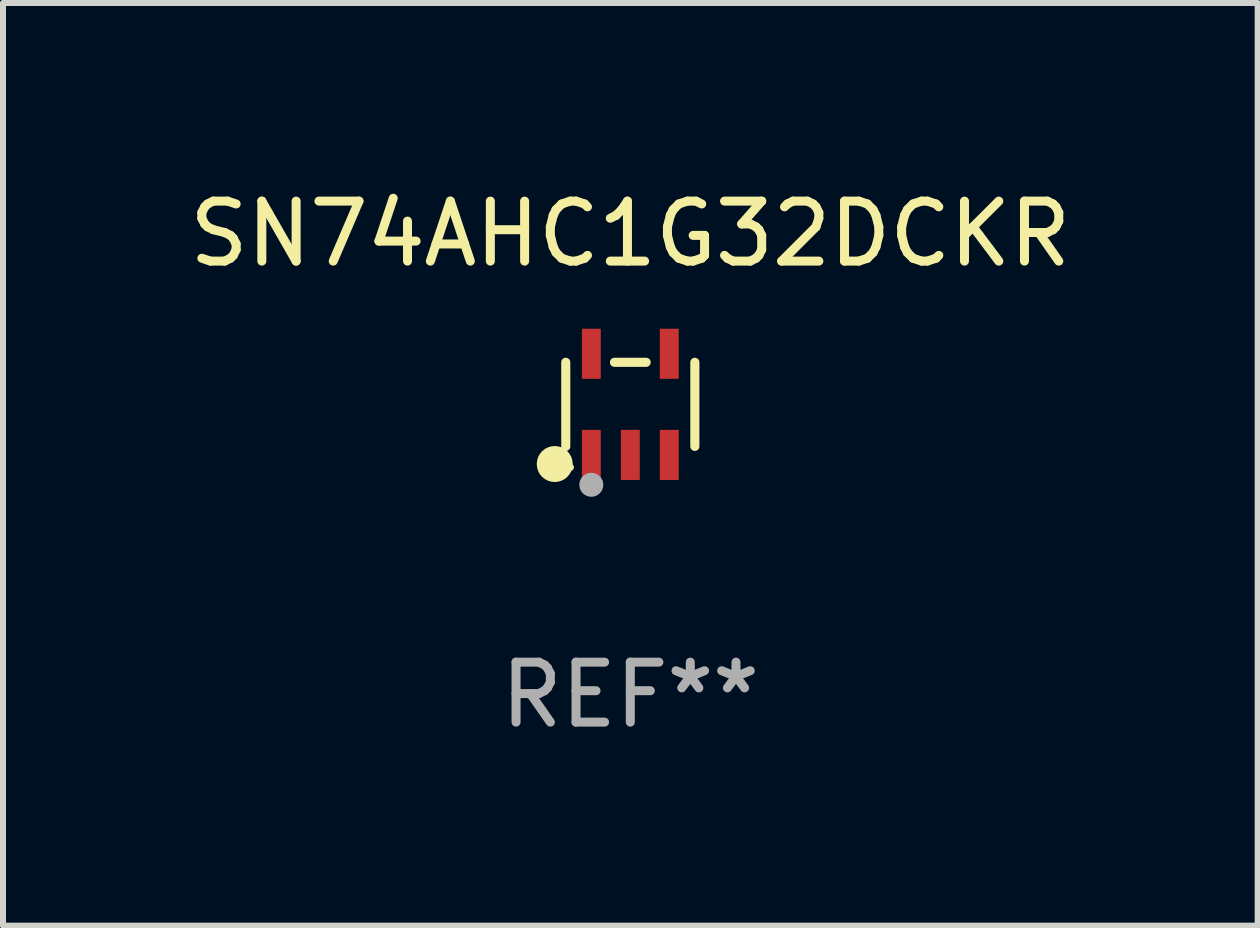
<source format=kicad_pcb>
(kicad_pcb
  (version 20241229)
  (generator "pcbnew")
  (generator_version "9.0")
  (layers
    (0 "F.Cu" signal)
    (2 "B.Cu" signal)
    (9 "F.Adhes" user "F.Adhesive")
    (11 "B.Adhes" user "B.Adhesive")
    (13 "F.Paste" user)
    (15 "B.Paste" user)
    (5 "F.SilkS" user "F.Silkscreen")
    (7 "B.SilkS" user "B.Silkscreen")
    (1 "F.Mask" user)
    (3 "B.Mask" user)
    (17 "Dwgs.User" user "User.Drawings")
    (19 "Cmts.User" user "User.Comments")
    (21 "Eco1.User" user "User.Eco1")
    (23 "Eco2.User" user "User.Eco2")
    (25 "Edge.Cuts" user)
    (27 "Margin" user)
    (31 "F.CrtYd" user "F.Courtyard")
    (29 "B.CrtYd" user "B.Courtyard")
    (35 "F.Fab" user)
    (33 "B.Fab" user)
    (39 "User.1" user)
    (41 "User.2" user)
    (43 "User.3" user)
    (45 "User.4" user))
  (footprint "SN74AHC1G32DCKR"
    (layer "F.Cu")
    (at 7.458 3.691)
    (property "Reference" "SN74AHC1G32DCKR" (at 0 -2.843 0) (layer "F.SilkS") (effects (font (size 1 1) (thickness 0.15))))
    (attr through_hole)
    (fp_line (start -1.076 0.701) (end -1.076 -0.701) (stroke (width 0.152) (type solid)) (layer "F.SilkS"))
    (fp_line (start 0.264 -0.701) (end -0.264 -0.701) (stroke (width 0.152) (type solid)) (layer "F.SilkS"))
    (fp_line (start 1.076 0.701) (end 1.076 -0.701) (stroke (width 0.152) (type solid)) (layer "F.SilkS"))
    (fp_circle (center -1.26 0.995) (end -1.11 0.995) (stroke (width 0.3) (type solid)) (fill no) (layer "F.SilkS"))
    (fp_circle (center -1 1.05) (end -0.97 1.05) (stroke (width 0.06) (type solid)) (fill no) (layer "F.SilkS"))
    (fp_circle (center -0.65 1.341) (end -0.55 1.341) (stroke (width 0.2) (type solid)) (fill no) (layer "F.Fab"))
    (fp_text user "REF**" (at 0 4.843 0) (layer "F.Fab") (effects (font (size 1 1) (thickness 0.15))))
    (pad "1" smd rect (at -0.65 0.843) (size 0.315 0.835) (layers "F.Cu" "F.Mask" "F.Paste"))
    (pad "2" smd rect (at 0.00014 0.843) (size 0.315 0.835) (layers "F.Cu" "F.Mask" "F.Paste"))
    (pad "3" smd rect (at 0.65 0.843) (size 0.315 0.835) (layers "F.Cu" "F.Mask" "F.Paste"))
    (pad "4" smd rect (at 0.65 -0.843) (size 0.315 0.835) (layers "F.Cu" "F.Mask" "F.Paste"))
    (pad "5" smd rect (at -0.65 -0.843) (size 0.315 0.835) (layers "F.Cu" "F.Mask" "F.Paste")))
  (gr_rect
    (start -3 -3)
    (end 17.917 12.382)
    (stroke (width 0.1) (type default))
    (fill no)
    (layer "Edge.Cuts")))
</source>
